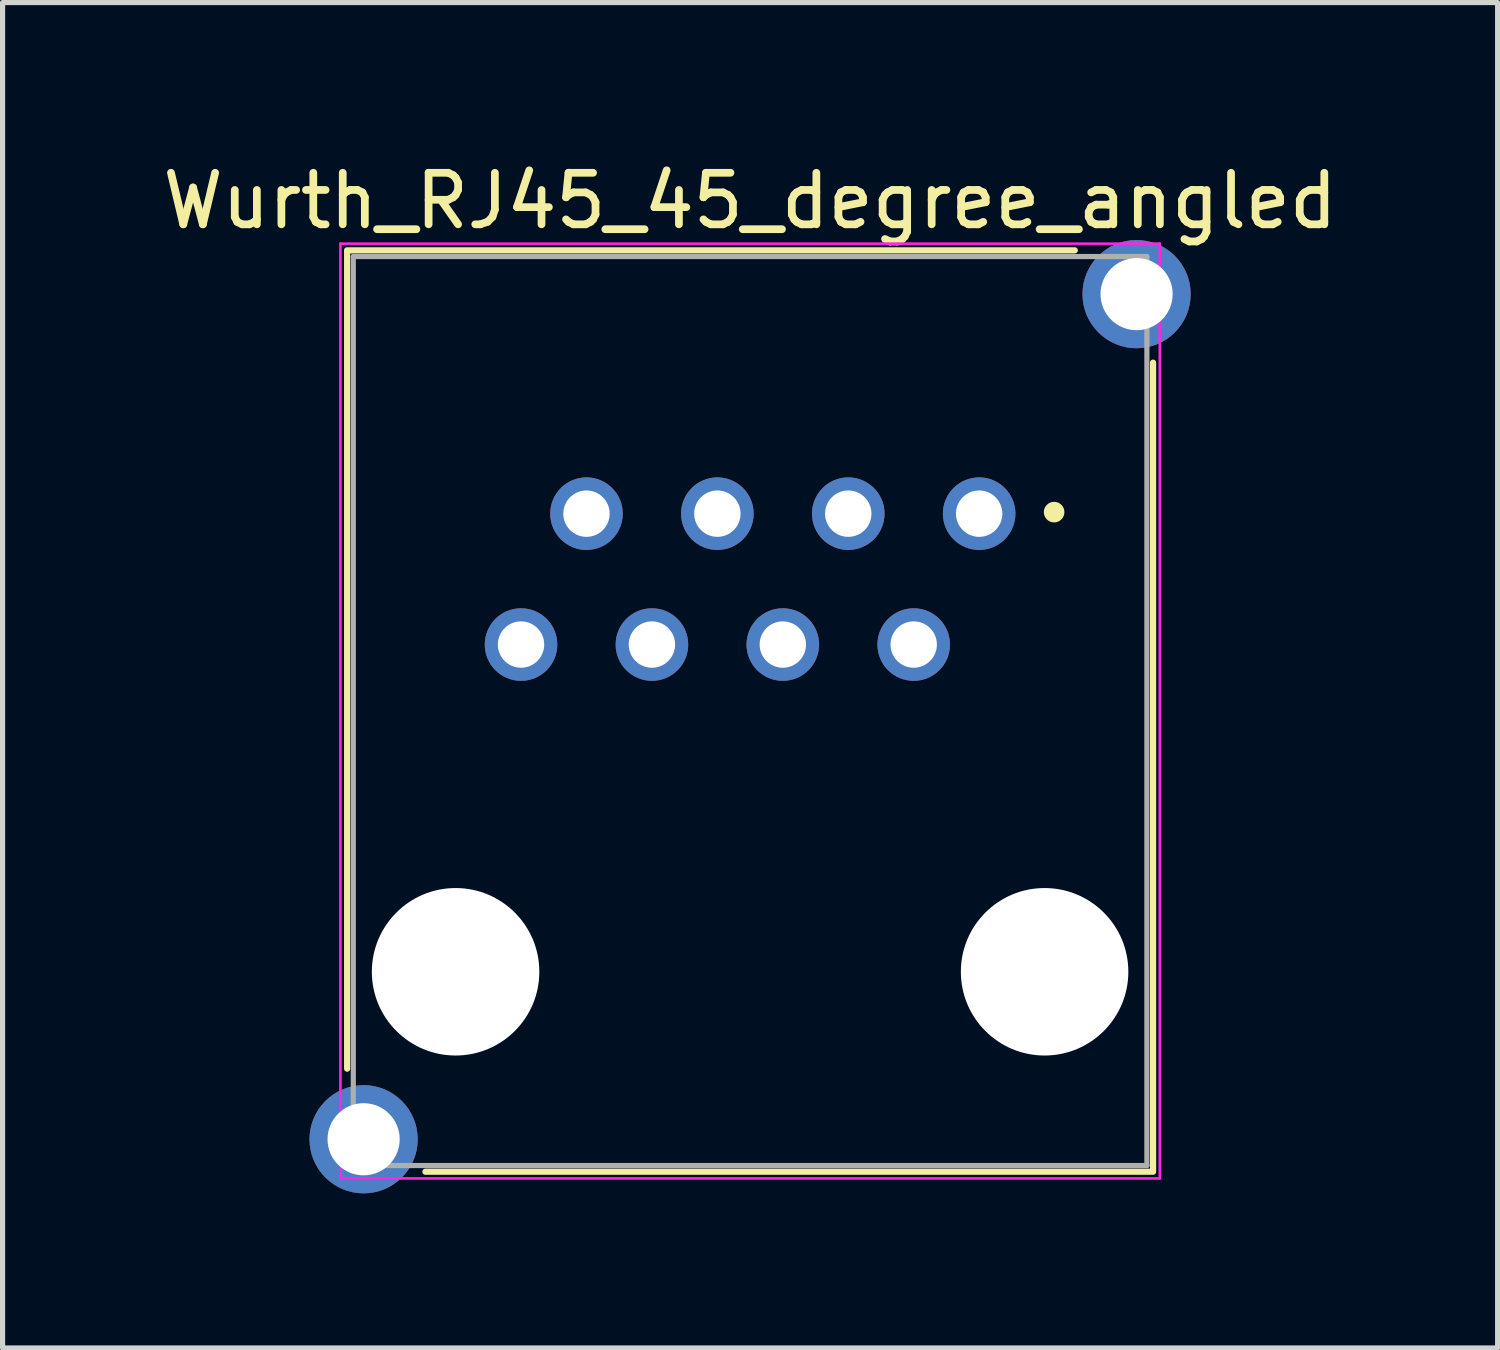
<source format=kicad_pcb>
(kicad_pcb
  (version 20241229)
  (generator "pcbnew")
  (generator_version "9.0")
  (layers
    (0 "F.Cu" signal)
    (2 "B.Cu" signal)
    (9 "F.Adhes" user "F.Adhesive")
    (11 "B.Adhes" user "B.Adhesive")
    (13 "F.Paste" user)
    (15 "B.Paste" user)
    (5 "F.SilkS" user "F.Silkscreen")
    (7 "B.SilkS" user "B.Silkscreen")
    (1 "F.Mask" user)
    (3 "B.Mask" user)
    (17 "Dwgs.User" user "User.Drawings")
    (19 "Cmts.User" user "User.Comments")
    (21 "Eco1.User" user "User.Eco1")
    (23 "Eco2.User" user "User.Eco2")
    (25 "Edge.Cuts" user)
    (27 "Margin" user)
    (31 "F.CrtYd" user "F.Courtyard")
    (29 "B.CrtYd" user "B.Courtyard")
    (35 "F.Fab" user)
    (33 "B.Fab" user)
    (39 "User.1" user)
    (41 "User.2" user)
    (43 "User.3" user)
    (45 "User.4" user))
  (footprint "Wurth_RJ45_45_degree_angled"
    (layer "F.Cu")
    (at 11.506 10.748)
    (property "Reference" "Wurth_RJ45_45_degree_angled" (at 0 -9.9 0) (layer "F.SilkS") (effects (font (size 1 1) (thickness 0.15))))
    (attr through_hole)
    (fp_line (start -7.82 -8.92) (end -7.82 6.94) (stroke (width 0.12) (type solid)) (layer "F.SilkS"))
    (fp_line (start 6.3 -8.94) (end -7.82 -8.94) (stroke (width 0.12) (type solid)) (layer "F.SilkS"))
    (fp_line (start 7.82 -6.76) (end 7.82 8.92) (stroke (width 0.12) (type solid)) (layer "F.SilkS"))
    (fp_line (start 7.82 8.94) (end -6.3 8.94) (stroke (width 0.12) (type solid)) (layer "F.SilkS"))
    (fp_circle (center 5.9 -3.86) (end 6 -3.86) (stroke (width 0.2) (type solid)) (fill no) (layer "F.SilkS"))
    (fp_line (start -7.95 -9.07) (end 7.95 -9.07) (stroke (width 0.05) (type solid)) (layer "F.CrtYd"))
    (fp_line (start -7.95 9.07) (end -7.95 -9.07) (stroke (width 0.05) (type solid)) (layer "F.CrtYd"))
    (fp_line (start -7.95 9.07) (end 7.95 9.07) (stroke (width 0.05) (type solid)) (layer "F.CrtYd"))
    (fp_line (start 7.95 9.07) (end 7.95 -9.07) (stroke (width 0.05) (type solid)) (layer "F.CrtYd"))
    (fp_line (start -7.7 -8.82) (end 7.7 -8.82) (stroke (width 0.1) (type solid)) (layer "F.Fab"))
    (fp_line (start -7.7 8.82) (end -7.7 -8.82) (stroke (width 0.1) (type solid)) (layer "F.Fab"))
    (fp_line (start 7.7 -8.82) (end 7.7 8.82) (stroke (width 0.1) (type solid)) (layer "F.Fab"))
    (fp_line (start 7.7 8.82) (end -7.7 8.82) (stroke (width 0.1) (type solid)) (layer "F.Fab"))
    (pad "" np_thru_hole circle (at -5.715 5.06) (size 3.25 3.25) (drill 3.25) (layers "*.Cu" "*.Mask"))
    (pad "" np_thru_hole circle (at 5.715 5.06) (size 3.25 3.25) (drill 3.25) (layers "*.Cu" "*.Mask"))
    (pad "1" thru_hole circle (at 4.445 -3.83) (size 1.408 1.408) (drill 0.9) (layers "*.Cu" "*.Mask"))
    (pad "2" thru_hole circle (at 3.175 -1.29) (size 1.408 1.408) (drill 0.9) (layers "*.Cu" "*.Mask"))
    (pad "3" thru_hole circle (at 1.905 -3.83) (size 1.408 1.408) (drill 0.9) (layers "*.Cu" "*.Mask"))
    (pad "4" thru_hole circle (at 0.635 -1.29) (size 1.408 1.408) (drill 0.9) (layers "*.Cu" "*.Mask"))
    (pad "5" thru_hole circle (at -0.635 -3.83) (size 1.408 1.408) (drill 0.9) (layers "*.Cu" "*.Mask"))
    (pad "6" thru_hole circle (at -1.905 -1.29) (size 1.408 1.408) (drill 0.9) (layers "*.Cu" "*.Mask"))
    (pad "7" thru_hole circle (at -3.175 -3.83) (size 1.408 1.408) (drill 0.9) (layers "*.Cu" "*.Mask"))
    (pad "8" thru_hole circle (at -4.445 -1.29) (size 1.408 1.408) (drill 0.9) (layers "*.Cu" "*.Mask"))
    (pad "SH" thru_hole circle (at -7.5 8.31) (size 2.1 2.1) (drill 1.4) (layers "*.Cu" "*.Mask"))
    (pad "SH" thru_hole circle (at 7.5 -8.09) (size 2.1 2.1) (drill 1.4) (layers "*.Cu" "*.Mask")))
  (gr_rect
    (start -3 -3)
    (end 26.012 23.108)
    (stroke (width 0.1) (type default))
    (fill no)
    (layer "Edge.Cuts")))
</source>
